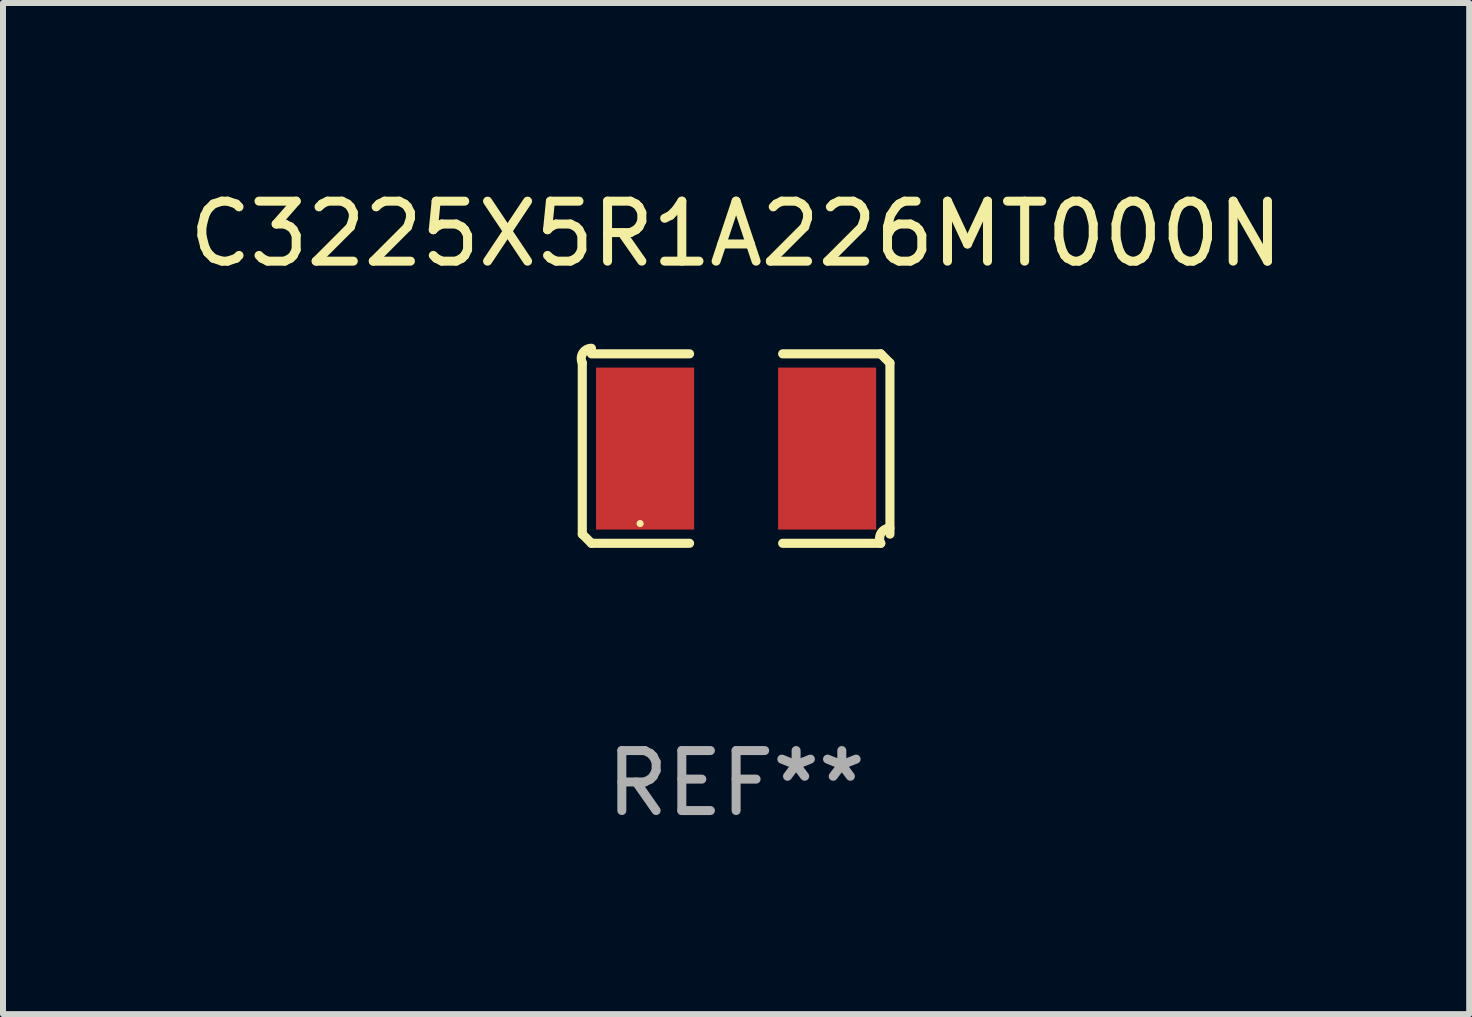
<source format=kicad_pcb>
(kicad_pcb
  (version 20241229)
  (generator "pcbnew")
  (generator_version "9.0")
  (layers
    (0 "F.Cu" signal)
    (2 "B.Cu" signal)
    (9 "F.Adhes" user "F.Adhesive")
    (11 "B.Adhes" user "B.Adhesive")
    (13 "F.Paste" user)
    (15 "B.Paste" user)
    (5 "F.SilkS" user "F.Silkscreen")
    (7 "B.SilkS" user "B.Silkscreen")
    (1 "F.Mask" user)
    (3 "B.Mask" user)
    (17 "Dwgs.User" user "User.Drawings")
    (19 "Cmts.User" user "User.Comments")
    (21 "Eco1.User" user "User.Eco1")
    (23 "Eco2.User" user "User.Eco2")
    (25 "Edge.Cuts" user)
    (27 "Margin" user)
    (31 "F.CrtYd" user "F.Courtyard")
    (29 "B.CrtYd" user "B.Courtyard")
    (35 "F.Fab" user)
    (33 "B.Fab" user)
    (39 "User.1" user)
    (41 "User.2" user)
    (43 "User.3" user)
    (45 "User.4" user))
  (footprint "C3225X5R1A226MT000N"
    (layer "F.Cu")
    (at 9.22 4.427)
    (property "Reference" "C3225X5R1A226MT000N" (at 0 -3.579 0) (layer "F.SilkS") (effects (font (size 1 1) (thickness 0.15))))
    (attr through_hole)
    (fp_line (start -2.564 1.426) (end -2.564 -1.426) (stroke (width 0.152) (type solid)) (layer "F.SilkS"))
    (fp_line (start -2.411 -1.579) (end -0.776 -1.579) (stroke (width 0.152) (type solid)) (layer "F.SilkS"))
    (fp_line (start -0.776 1.579) (end -2.411 1.579) (stroke (width 0.152) (type solid)) (layer "F.SilkS"))
    (fp_line (start 0.776 1.579) (end 2.411 1.579) (stroke (width 0.152) (type solid)) (layer "F.SilkS"))
    (fp_line (start 2.411 -1.579) (end 0.776 -1.579) (stroke (width 0.152) (type solid)) (layer "F.SilkS"))
    (fp_line (start 2.564 1.426) (end 2.564 -1.426) (stroke (width 0.152) (type solid)) (layer "F.SilkS"))
    (fp_arc (start -2.563602 -1.426213) (mid -2.555597 -1.591233) (end -2.411201 -1.671518) (stroke (width 0.1524) (type solid)) (layer "F.SilkS"))
    (fp_arc (start -2.5636 1.426214) (mid -2.487389 1.502402) (end -2.411201 1.578613) (stroke (width 0.1524) (type solid)) (layer "F.SilkS"))
    (fp_arc (start 2.411197 -1.578618) (mid 2.487403 -1.502419) (end 2.563602 -1.426213) (stroke (width 0.1524) (type solid)) (layer "F.SilkS"))
    (fp_arc (start 2.411201 1.578613) (mid 2.416214 1.409455) (end 2.563602 1.32629) (stroke (width 0.1524) (type solid)) (layer "F.SilkS"))
    (fp_circle (center -1.6 1.25) (end -1.57 1.25) (stroke (width 0.06) (type solid)) (fill no) (layer "F.SilkS"))
    (fp_text user "REF**" (at 0 5.579 0) (layer "F.Fab") (effects (font (size 1 1) (thickness 0.15))))
    (pad "1" smd rect (at -1.517 0) (size 1.635 2.7) (layers "F.Cu" "F.Mask" "F.Paste"))
    (pad "2" smd rect (at 1.517 0) (size 1.635 2.7) (layers "F.Cu" "F.Mask" "F.Paste")))
  (gr_rect
    (start -3 -3)
    (end 21.44 13.854)
    (stroke (width 0.1) (type default))
    (fill no)
    (layer "Edge.Cuts")))
</source>
